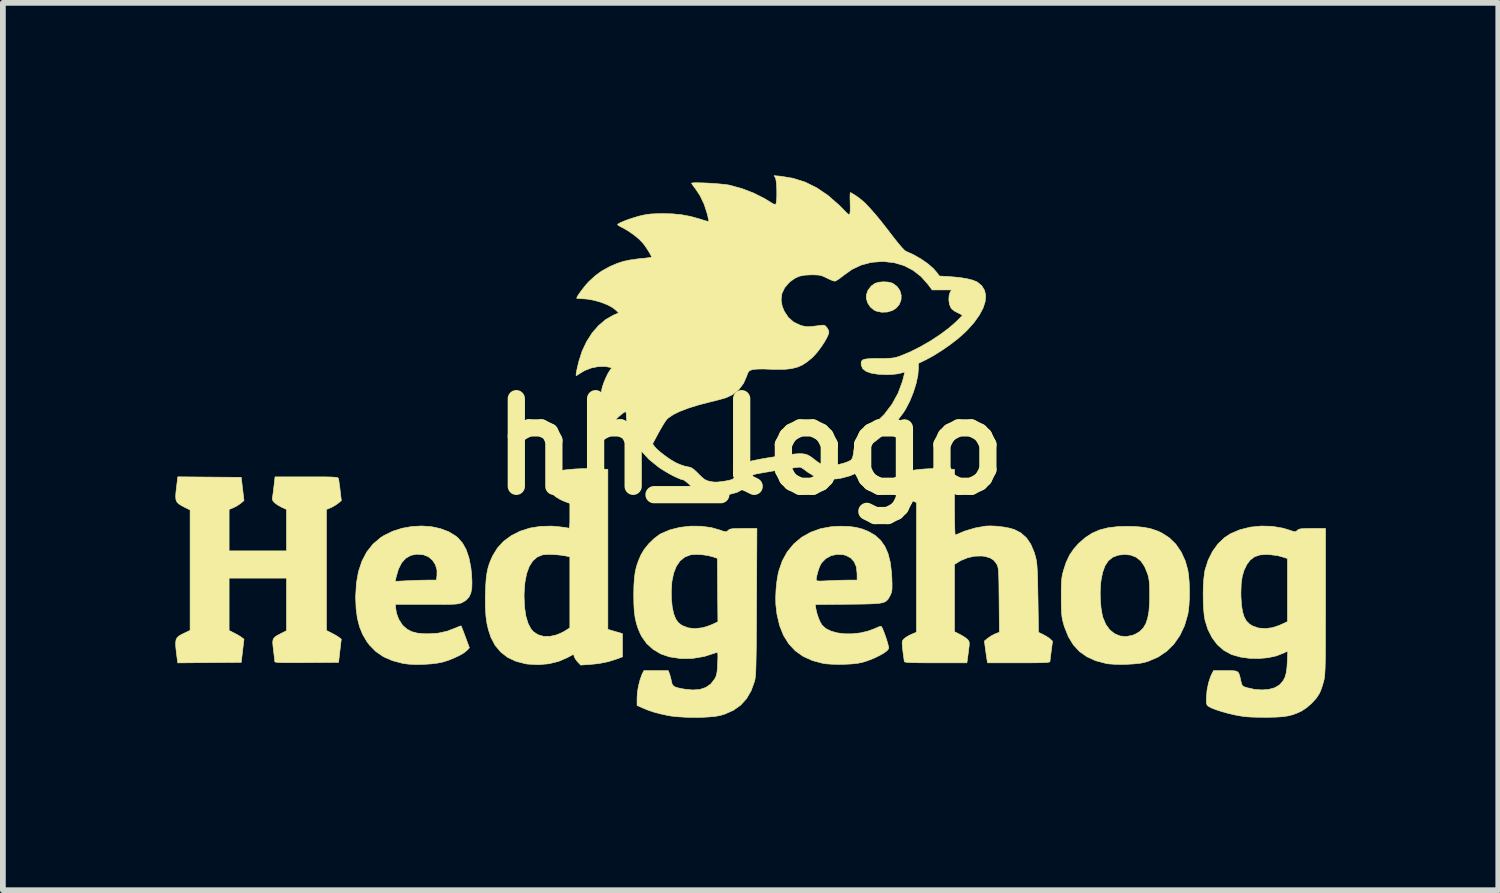
<source format=kicad_pcb>
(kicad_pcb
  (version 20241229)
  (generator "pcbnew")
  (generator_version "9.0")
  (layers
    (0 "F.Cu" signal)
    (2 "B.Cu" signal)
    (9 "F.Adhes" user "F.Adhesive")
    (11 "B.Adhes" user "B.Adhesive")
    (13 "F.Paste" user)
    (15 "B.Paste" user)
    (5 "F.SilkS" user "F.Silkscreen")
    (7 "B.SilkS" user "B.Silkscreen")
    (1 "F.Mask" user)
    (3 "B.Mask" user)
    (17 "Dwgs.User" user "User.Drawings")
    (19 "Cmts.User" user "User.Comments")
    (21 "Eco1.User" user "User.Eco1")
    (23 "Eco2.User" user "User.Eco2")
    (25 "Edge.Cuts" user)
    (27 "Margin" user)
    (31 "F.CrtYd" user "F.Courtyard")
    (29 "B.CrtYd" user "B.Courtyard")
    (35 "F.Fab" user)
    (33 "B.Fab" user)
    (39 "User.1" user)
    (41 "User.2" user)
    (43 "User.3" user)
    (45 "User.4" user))
  (footprint "hh_logo"
    (layer "F.Cu")
    (at 9.993 4.718)
    (property "Reference" "hh_logo" (at 0 0 0) (layer "F.SilkS") (effects (font (size 1.524 1.524) (thickness 0.3))))
    (attr through_hole)
    (fp_poly (pts (xy 2.397 -2.863) (xy 2.466 -2.847) (xy 2.483 -2.84) (xy 2.558 -2.785) (xy 2.606 -2.715) (xy 2.629 -2.636) (xy 2.627 -2.555) (xy 2.599 -2.479) (xy 2.545 -2.413) (xy 2.482 -2.371) (xy 2.39 -2.342) (xy 2.29 -2.338) (xy 2.196 -2.358) (xy 2.159 -2.375) (xy 2.093 -2.429) (xy 2.046 -2.501) (xy 2.022 -2.582) (xy 2.024 -2.642) (xy 2.053 -2.722) (xy 2.109 -2.794) (xy 2.174 -2.84) (xy 2.236 -2.859) (xy 2.315 -2.867) (xy 2.397 -2.863)) (stroke (width 0.01) (type solid)) (fill yes) (layer "F.SilkS"))
    (fp_poly (pts (xy 6.707 1.389) (xy 6.844 1.402) (xy 6.964 1.425) (xy 7.073 1.461) (xy 7.154 1.497) (xy 7.288 1.582) (xy 7.403 1.693) (xy 7.497 1.829) (xy 7.569 1.986) (xy 7.613 2.142) (xy 7.628 2.241) (xy 7.638 2.363) (xy 7.642 2.496) (xy 7.641 2.632) (xy 7.634 2.759) (xy 7.622 2.868) (xy 7.614 2.914) (xy 7.557 3.111) (xy 7.475 3.284) (xy 7.371 3.434) (xy 7.244 3.559) (xy 7.095 3.659) (xy 6.925 3.732) (xy 6.865 3.75) (xy 6.787 3.766) (xy 6.686 3.777) (xy 6.57 3.784) (xy 6.45 3.787) (xy 6.336 3.784) (xy 6.237 3.777) (xy 6.189 3.769) (xy 6.011 3.722) (xy 5.859 3.653) (xy 5.73 3.562) (xy 5.623 3.446) (xy 5.537 3.305) (xy 5.469 3.135) (xy 5.449 3.068) (xy 5.436 3.016) (xy 5.426 2.964) (xy 5.42 2.905) (xy 5.416 2.834) (xy 5.413 2.742) (xy 5.413 2.624) (xy 5.413 2.616) (xy 5.413 2.526) (xy 6.09 2.526) (xy 6.093 2.666) (xy 6.104 2.801) (xy 6.124 2.919) (xy 6.137 2.972) (xy 6.187 3.09) (xy 6.255 3.184) (xy 6.339 3.252) (xy 6.435 3.292) (xy 6.54 3.302) (xy 6.65 3.281) (xy 6.7 3.261) (xy 6.776 3.216) (xy 6.837 3.156) (xy 6.883 3.08) (xy 6.916 2.982) (xy 6.938 2.861) (xy 6.949 2.712) (xy 6.951 2.599) (xy 6.95 2.491) (xy 6.948 2.408) (xy 6.943 2.345) (xy 6.935 2.292) (xy 6.924 2.242) (xy 6.914 2.209) (xy 6.862 2.083) (xy 6.797 1.988) (xy 6.716 1.922) (xy 6.619 1.885) (xy 6.512 1.874) (xy 6.4 1.887) (xy 6.307 1.923) (xy 6.232 1.984) (xy 6.174 2.071) (xy 6.132 2.186) (xy 6.104 2.33) (xy 6.097 2.391) (xy 6.09 2.526) (xy 5.413 2.526) (xy 5.413 2.497) (xy 5.415 2.406) (xy 5.418 2.334) (xy 5.424 2.276) (xy 5.433 2.225) (xy 5.446 2.174) (xy 5.449 2.162) (xy 5.498 2.011) (xy 5.558 1.885) (xy 5.633 1.775) (xy 5.714 1.684) (xy 5.829 1.583) (xy 5.95 1.504) (xy 6.081 1.447) (xy 6.228 1.41) (xy 6.396 1.39) (xy 6.545 1.385) (xy 6.707 1.389)) (stroke (width 0.01) (type solid)) (fill yes) (layer "F.SilkS"))
    (fp_poly (pts (xy -9.399 0.529) (xy -8.848 0.533) (xy -8.824 0.735) (xy -8.8 0.938) (xy -8.857 0.985) (xy -8.91 1.022) (xy -8.972 1.056) (xy -8.986 1.062) (xy -9.059 1.092) (xy -9.059 1.452) (xy -9.059 1.812) (xy -8.06 1.812) (xy -8.06 1.092) (xy -8.142 1.055) (xy -8.214 1.015) (xy -8.27 0.973) (xy -8.302 0.933) (xy -8.308 0.902) (xy -8.303 0.873) (xy -8.295 0.819) (xy -8.286 0.749) (xy -8.28 0.699) (xy -8.26 0.525) (xy -7.712 0.525) (xy -7.561 0.525) (xy -7.441 0.525) (xy -7.347 0.526) (xy -7.277 0.528) (xy -7.227 0.531) (xy -7.193 0.534) (xy -7.173 0.539) (xy -7.162 0.546) (xy -7.157 0.554) (xy -7.157 0.555) (xy -7.151 0.583) (xy -7.144 0.637) (xy -7.134 0.707) (xy -7.128 0.761) (xy -7.107 0.938) (xy -7.164 0.985) (xy -7.217 1.022) (xy -7.279 1.056) (xy -7.293 1.062) (xy -7.366 1.092) (xy -7.366 2.144) (xy -7.366 3.196) (xy -7.277 3.241) (xy -7.22 3.271) (xy -7.17 3.301) (xy -7.148 3.316) (xy -7.108 3.347) (xy -7.132 3.549) (xy -7.155 3.751) (xy -7.709 3.755) (xy -7.867 3.756) (xy -7.994 3.756) (xy -8.092 3.756) (xy -8.165 3.754) (xy -8.216 3.751) (xy -8.248 3.747) (xy -8.262 3.742) (xy -8.264 3.738) (xy -8.266 3.713) (xy -8.272 3.663) (xy -8.28 3.595) (xy -8.287 3.539) (xy -8.297 3.451) (xy -8.3 3.39) (xy -8.291 3.346) (xy -8.267 3.314) (xy -8.226 3.285) (xy -8.162 3.252) (xy -8.158 3.249) (xy -8.06 3.2) (xy -8.06 2.286) (xy -9.059 2.286) (xy -9.059 3.196) (xy -8.97 3.241) (xy -8.913 3.271) (xy -8.863 3.301) (xy -8.841 3.317) (xy -8.8 3.348) (xy -8.848 3.751) (xy -9.4 3.755) (xy -9.952 3.76) (xy -9.963 3.679) (xy -9.978 3.561) (xy -9.987 3.472) (xy -9.988 3.405) (xy -9.981 3.357) (xy -9.963 3.322) (xy -9.933 3.294) (xy -9.89 3.268) (xy -9.839 3.243) (xy -9.737 3.194) (xy -9.737 1.101) (xy -9.826 1.057) (xy -9.892 1.022) (xy -9.938 0.992) (xy -9.968 0.959) (xy -9.984 0.917) (xy -9.988 0.86) (xy -9.982 0.781) (xy -9.971 0.685) (xy -9.951 0.524) (xy -9.399 0.529)) (stroke (width 0.01) (type solid)) (fill yes) (layer "F.SilkS"))
    (fp_poly (pts (xy -5.541 1.391) (xy -5.384 1.425) (xy -5.241 1.479) (xy -5.118 1.554) (xy -5.08 1.585) (xy -5 1.676) (xy -4.936 1.791) (xy -4.888 1.932) (xy -4.855 2.099) (xy -4.843 2.21) (xy -4.835 2.348) (xy -4.838 2.458) (xy -4.855 2.545) (xy -4.885 2.612) (xy -4.931 2.664) (xy -4.995 2.705) (xy -4.996 2.705) (xy -5.017 2.716) (xy -5.039 2.724) (xy -5.065 2.73) (xy -5.098 2.735) (xy -5.144 2.739) (xy -5.206 2.741) (xy -5.287 2.742) (xy -5.392 2.743) (xy -5.525 2.743) (xy -5.617 2.743) (xy -6.164 2.743) (xy -6.164 2.789) (xy -6.149 2.893) (xy -6.11 2.999) (xy -6.052 3.092) (xy -6.029 3.118) (xy -5.961 3.176) (xy -5.883 3.217) (xy -5.788 3.242) (xy -5.672 3.253) (xy -5.588 3.254) (xy -5.423 3.243) (xy -5.271 3.21) (xy -5.127 3.155) (xy -5.075 3.133) (xy -5.038 3.12) (xy -5.023 3.117) (xy -5.016 3.135) (xy -4.999 3.178) (xy -4.975 3.24) (xy -4.949 3.31) (xy -4.88 3.497) (xy -4.925 3.545) (xy -4.975 3.585) (xy -5.05 3.629) (xy -5.143 3.673) (xy -5.244 3.714) (xy -5.334 3.743) (xy -5.431 3.763) (xy -5.551 3.778) (xy -5.682 3.786) (xy -5.814 3.788) (xy -5.936 3.782) (xy -6.037 3.769) (xy -6.218 3.721) (xy -6.374 3.653) (xy -6.506 3.563) (xy -6.617 3.45) (xy -6.663 3.389) (xy -6.736 3.265) (xy -6.79 3.132) (xy -6.828 2.985) (xy -6.85 2.817) (xy -6.858 2.624) (xy -6.858 2.608) (xy -6.845 2.379) (xy -6.839 2.342) (xy -6.169 2.342) (xy -5.95 2.331) (xy -5.851 2.327) (xy -5.749 2.323) (xy -5.656 2.321) (xy -5.593 2.32) (xy -5.455 2.32) (xy -5.444 2.247) (xy -5.443 2.146) (xy -5.471 2.053) (xy -5.522 1.973) (xy -5.593 1.914) (xy -5.679 1.88) (xy -5.796 1.87) (xy -5.898 1.89) (xy -5.986 1.94) (xy -6.058 2.019) (xy -6.114 2.129) (xy -6.154 2.267) (xy -6.158 2.285) (xy -6.169 2.342) (xy -6.839 2.342) (xy -6.809 2.173) (xy -6.748 1.99) (xy -6.664 1.83) (xy -6.556 1.694) (xy -6.424 1.582) (xy -6.364 1.544) (xy -6.212 1.47) (xy -6.049 1.418) (xy -5.879 1.388) (xy -5.708 1.379) (xy -5.541 1.391)) (stroke (width 0.01) (type solid)) (fill yes) (layer "F.SilkS"))
    (fp_poly (pts (xy -2.705 0.382) (xy -2.688 0.383) (xy -2.472 0.394) (xy -2.472 3.177) (xy -2.218 3.251) (xy -2.218 3.655) (xy -2.314 3.691) (xy -2.47 3.74) (xy -2.632 3.772) (xy -2.781 3.787) (xy -2.945 3.798) (xy -2.997 3.743) (xy -3.031 3.7) (xy -3.055 3.659) (xy -3.058 3.648) (xy -3.068 3.609) (xy -3.174 3.667) (xy -3.327 3.733) (xy -3.497 3.775) (xy -3.678 3.791) (xy -3.863 3.781) (xy -3.906 3.775) (xy -4.07 3.732) (xy -4.214 3.665) (xy -4.334 3.572) (xy -4.432 3.456) (xy -4.505 3.317) (xy -4.512 3.296) (xy -4.549 3.185) (xy -4.575 3.072) (xy -4.592 2.949) (xy -4.601 2.809) (xy -4.603 2.647) (xy -4.602 2.608) (xy -3.929 2.608) (xy -3.921 2.79) (xy -3.898 2.945) (xy -3.86 3.073) (xy -3.807 3.172) (xy -3.769 3.216) (xy -3.689 3.27) (xy -3.591 3.298) (xy -3.479 3.299) (xy -3.377 3.277) (xy -3.312 3.252) (xy -3.241 3.218) (xy -3.213 3.201) (xy -3.133 3.15) (xy -3.133 1.917) (xy -3.171 1.907) (xy -3.249 1.892) (xy -3.341 1.881) (xy -3.436 1.875) (xy -3.523 1.874) (xy -3.592 1.879) (xy -3.607 1.881) (xy -3.699 1.918) (xy -3.776 1.984) (xy -3.838 2.08) (xy -3.884 2.205) (xy -3.914 2.358) (xy -3.928 2.539) (xy -3.929 2.608) (xy -4.602 2.608) (xy -4.601 2.557) (xy -4.596 2.413) (xy -4.588 2.296) (xy -4.575 2.199) (xy -4.557 2.113) (xy -4.533 2.033) (xy -4.499 1.951) (xy -4.476 1.899) (xy -4.393 1.763) (xy -4.284 1.645) (xy -4.151 1.547) (xy -3.999 1.47) (xy -3.83 1.416) (xy -3.646 1.386) (xy -3.451 1.381) (xy -3.349 1.389) (xy -3.275 1.398) (xy -3.212 1.406) (xy -3.169 1.414) (xy -3.157 1.417) (xy -3.147 1.416) (xy -3.14 1.4) (xy -3.136 1.366) (xy -3.133 1.308) (xy -3.133 1.221) (xy -3.133 1.206) (xy -3.133 0.986) (xy -3.234 0.949) (xy -3.299 0.919) (xy -3.362 0.882) (xy -3.395 0.858) (xy -3.456 0.804) (xy -3.431 0.629) (xy -3.419 0.556) (xy -3.409 0.496) (xy -3.401 0.457) (xy -3.397 0.445) (xy -3.367 0.431) (xy -3.309 0.418) (xy -3.229 0.406) (xy -3.132 0.395) (xy -3.026 0.387) (xy -2.915 0.382) (xy -2.806 0.38) (xy -2.705 0.382)) (stroke (width 0.01) (type solid)) (fill yes) (layer "F.SilkS"))
    (fp_poly (pts (xy 1.715 1.387) (xy 1.841 1.403) (xy 1.953 1.432) (xy 2.06 1.475) (xy 2.06 1.475) (xy 2.175 1.542) (xy 2.27 1.627) (xy 2.344 1.732) (xy 2.4 1.858) (xy 2.439 2.01) (xy 2.461 2.188) (xy 2.467 2.286) (xy 2.47 2.379) (xy 2.47 2.446) (xy 2.468 2.494) (xy 2.461 2.529) (xy 2.45 2.56) (xy 2.436 2.59) (xy 2.416 2.627) (xy 2.397 2.657) (xy 2.374 2.68) (xy 2.345 2.699) (xy 2.306 2.713) (xy 2.252 2.723) (xy 2.182 2.729) (xy 2.091 2.734) (xy 1.975 2.737) (xy 1.832 2.739) (xy 1.706 2.74) (xy 1.134 2.745) (xy 1.145 2.816) (xy 1.163 2.896) (xy 1.191 2.981) (xy 1.224 3.056) (xy 1.255 3.106) (xy 1.321 3.165) (xy 1.412 3.209) (xy 1.523 3.239) (xy 1.648 3.254) (xy 1.781 3.254) (xy 1.917 3.239) (xy 2.05 3.208) (xy 2.175 3.162) (xy 2.207 3.147) (xy 2.25 3.129) (xy 2.279 3.125) (xy 2.285 3.127) (xy 2.3 3.154) (xy 2.321 3.203) (xy 2.345 3.267) (xy 2.369 3.336) (xy 2.39 3.404) (xy 2.405 3.46) (xy 2.413 3.498) (xy 2.413 3.508) (xy 2.385 3.545) (xy 2.329 3.588) (xy 2.252 3.632) (xy 2.159 3.677) (xy 2.056 3.718) (xy 1.949 3.752) (xy 1.947 3.752) (xy 1.872 3.767) (xy 1.772 3.778) (xy 1.657 3.784) (xy 1.538 3.786) (xy 1.423 3.783) (xy 1.322 3.776) (xy 1.268 3.768) (xy 1.084 3.719) (xy 0.924 3.646) (xy 0.787 3.549) (xy 0.674 3.428) (xy 0.583 3.282) (xy 0.515 3.111) (xy 0.469 2.915) (xy 0.449 2.743) (xy 0.447 2.62) (xy 0.453 2.479) (xy 0.468 2.337) (xy 0.473 2.31) (xy 1.152 2.31) (xy 1.153 2.323) (xy 1.163 2.331) (xy 1.185 2.336) (xy 1.225 2.337) (xy 1.289 2.335) (xy 1.367 2.331) (xy 1.466 2.327) (xy 1.569 2.323) (xy 1.662 2.321) (xy 1.723 2.32) (xy 1.863 2.32) (xy 1.862 2.206) (xy 1.85 2.092) (xy 1.812 2.001) (xy 1.75 1.934) (xy 1.665 1.89) (xy 1.618 1.878) (xy 1.51 1.873) (xy 1.408 1.896) (xy 1.319 1.945) (xy 1.248 2.017) (xy 1.224 2.056) (xy 1.202 2.108) (xy 1.18 2.175) (xy 1.162 2.243) (xy 1.152 2.297) (xy 1.152 2.31) (xy 0.473 2.31) (xy 0.49 2.207) (xy 0.501 2.161) (xy 0.563 1.983) (xy 0.65 1.826) (xy 0.763 1.69) (xy 0.897 1.577) (xy 1.053 1.489) (xy 1.227 1.426) (xy 1.418 1.391) (xy 1.566 1.383) (xy 1.715 1.387)) (stroke (width 0.01) (type solid)) (fill yes) (layer "F.SilkS"))
    (fp_poly (pts (xy 3.365 0.383) (xy 3.556 0.394) (xy 3.556 0.969) (xy 3.556 1.104) (xy 3.557 1.228) (xy 3.559 1.336) (xy 3.561 1.425) (xy 3.564 1.49) (xy 3.566 1.529) (xy 3.569 1.537) (xy 3.736 1.467) (xy 3.919 1.413) (xy 4.098 1.381) (xy 4.185 1.378) (xy 4.29 1.383) (xy 4.401 1.396) (xy 4.505 1.415) (xy 4.589 1.438) (xy 4.595 1.44) (xy 4.709 1.499) (xy 4.805 1.583) (xy 4.882 1.695) (xy 4.941 1.834) (xy 4.963 1.908) (xy 4.973 1.947) (xy 4.981 1.987) (xy 4.987 2.032) (xy 4.992 2.087) (xy 4.996 2.156) (xy 5 2.242) (xy 5.003 2.35) (xy 5.005 2.484) (xy 5.008 2.634) (xy 5.017 3.228) (xy 5.096 3.266) (xy 5.152 3.297) (xy 5.202 3.33) (xy 5.218 3.343) (xy 5.261 3.383) (xy 5.239 3.55) (xy 5.229 3.623) (xy 5.222 3.685) (xy 5.217 3.726) (xy 5.216 3.738) (xy 5.209 3.744) (xy 5.185 3.749) (xy 5.142 3.753) (xy 5.078 3.756) (xy 4.989 3.758) (xy 4.873 3.759) (xy 4.726 3.759) (xy 4.674 3.759) (xy 4.132 3.759) (xy 4.124 3.721) (xy 4.119 3.687) (xy 4.11 3.63) (xy 4.1 3.56) (xy 4.096 3.531) (xy 4.076 3.38) (xy 4.133 3.333) (xy 4.186 3.296) (xy 4.248 3.262) (xy 4.263 3.256) (xy 4.337 3.226) (xy 4.332 2.667) (xy 4.33 2.514) (xy 4.329 2.392) (xy 4.327 2.295) (xy 4.324 2.221) (xy 4.321 2.165) (xy 4.317 2.124) (xy 4.311 2.094) (xy 4.304 2.07) (xy 4.295 2.05) (xy 4.289 2.039) (xy 4.241 1.976) (xy 4.173 1.933) (xy 4.081 1.907) (xy 4.028 1.901) (xy 3.911 1.904) (xy 3.788 1.93) (xy 3.674 1.976) (xy 3.633 1.999) (xy 3.556 2.048) (xy 3.556 3.217) (xy 3.653 3.266) (xy 3.711 3.299) (xy 3.761 3.333) (xy 3.786 3.355) (xy 3.801 3.374) (xy 3.81 3.394) (xy 3.813 3.421) (xy 3.811 3.464) (xy 3.803 3.528) (xy 3.797 3.577) (xy 3.772 3.759) (xy 3.232 3.759) (xy 3.074 3.759) (xy 2.948 3.758) (xy 2.85 3.756) (xy 2.778 3.754) (xy 2.728 3.75) (xy 2.698 3.745) (xy 2.685 3.739) (xy 2.685 3.738) (xy 2.68 3.713) (xy 2.673 3.663) (xy 2.664 3.595) (xy 2.658 3.55) (xy 2.65 3.474) (xy 2.646 3.423) (xy 2.648 3.391) (xy 2.656 3.369) (xy 2.67 3.35) (xy 2.676 3.344) (xy 2.712 3.315) (xy 2.766 3.283) (xy 2.804 3.265) (xy 2.895 3.226) (xy 2.895 2.1) (xy 2.896 0.973) (xy 2.815 0.936) (xy 2.757 0.906) (xy 2.704 0.873) (xy 2.687 0.86) (xy 2.639 0.82) (xy 2.659 0.643) (xy 2.669 0.568) (xy 2.679 0.507) (xy 2.688 0.465) (xy 2.693 0.452) (xy 2.724 0.435) (xy 2.782 0.42) (xy 2.863 0.406) (xy 2.959 0.394) (xy 3.065 0.386) (xy 3.174 0.381) (xy 3.281 0.38) (xy 3.365 0.383)) (stroke (width 0.01) (type solid)) (fill yes) (layer "F.SilkS"))
    (fp_poly (pts (xy -0.852 1.383) (xy -0.674 1.407) (xy -0.529 1.448) (xy -0.47 1.469) (xy -0.433 1.478) (xy -0.41 1.478) (xy -0.392 1.467) (xy -0.38 1.456) (xy -0.363 1.442) (xy -0.34 1.433) (xy -0.305 1.427) (xy -0.252 1.424) (xy -0.176 1.423) (xy -0.112 1.422) (xy 0.12 1.422) (xy 0.114 2.697) (xy 0.113 2.938) (xy 0.112 3.148) (xy 0.11 3.33) (xy 0.109 3.484) (xy 0.107 3.614) (xy 0.105 3.723) (xy 0.103 3.812) (xy 0.101 3.884) (xy 0.098 3.942) (xy 0.094 3.987) (xy 0.09 4.023) (xy 0.086 4.051) (xy 0.08 4.074) (xy 0.08 4.077) (xy 0.021 4.241) (xy -0.059 4.38) (xy -0.162 4.494) (xy -0.289 4.584) (xy -0.44 4.651) (xy -0.518 4.674) (xy -0.603 4.69) (xy -0.714 4.7) (xy -0.842 4.707) (xy -0.98 4.708) (xy -1.119 4.705) (xy -1.25 4.697) (xy -1.367 4.685) (xy -1.431 4.674) (xy -1.567 4.644) (xy -1.679 4.614) (xy -1.779 4.58) (xy -1.863 4.545) (xy -1.964 4.5) (xy -1.964 4.37) (xy -1.958 4.27) (xy -1.939 4.16) (xy -1.912 4.054) (xy -1.88 3.964) (xy -1.87 3.943) (xy -1.845 3.895) (xy -1.422 3.895) (xy -1.404 3.941) (xy -1.389 3.985) (xy -1.374 4.045) (xy -1.367 4.077) (xy -1.356 4.121) (xy -1.341 4.151) (xy -1.315 4.173) (xy -1.273 4.189) (xy -1.209 4.204) (xy -1.144 4.216) (xy -0.997 4.231) (xy -0.872 4.222) (xy -0.768 4.187) (xy -0.682 4.127) (xy -0.614 4.039) (xy -0.599 4.013) (xy -0.584 3.972) (xy -0.573 3.916) (xy -0.565 3.837) (xy -0.562 3.761) (xy -0.559 3.678) (xy -0.559 3.624) (xy -0.561 3.592) (xy -0.568 3.579) (xy -0.578 3.578) (xy -0.587 3.581) (xy -0.791 3.647) (xy -0.997 3.682) (xy -1.202 3.685) (xy -1.4 3.655) (xy -1.405 3.654) (xy -1.553 3.603) (xy -1.684 3.525) (xy -1.796 3.424) (xy -1.882 3.303) (xy -1.904 3.262) (xy -1.945 3.166) (xy -1.976 3.072) (xy -1.998 2.972) (xy -2.013 2.86) (xy -2.02 2.729) (xy -2.022 2.571) (xy -2.022 2.565) (xy -2.021 2.513) (xy -1.369 2.513) (xy -1.367 2.638) (xy -1.353 2.786) (xy -1.328 2.904) (xy -1.292 2.996) (xy -1.244 3.063) (xy -1.181 3.11) (xy -1.18 3.11) (xy -1.076 3.15) (xy -0.967 3.164) (xy -0.844 3.151) (xy -0.826 3.148) (xy -0.756 3.129) (xy -0.68 3.101) (xy -0.647 3.087) (xy -0.558 3.045) (xy -0.563 2.494) (xy -0.567 1.942) (xy -0.635 1.919) (xy -0.726 1.894) (xy -0.83 1.879) (xy -0.932 1.873) (xy -1.019 1.879) (xy -1.036 1.882) (xy -1.134 1.919) (xy -1.216 1.986) (xy -1.281 2.079) (xy -1.328 2.199) (xy -1.358 2.344) (xy -1.369 2.513) (xy -2.021 2.513) (xy -2.019 2.413) (xy -2.01 2.286) (xy -1.996 2.177) (xy -1.973 2.079) (xy -1.94 1.984) (xy -1.897 1.884) (xy -1.897 1.883) (xy -1.839 1.786) (xy -1.76 1.688) (xy -1.669 1.599) (xy -1.575 1.528) (xy -1.544 1.511) (xy -1.391 1.446) (xy -1.219 1.403) (xy -1.036 1.382) (xy -0.852 1.383)) (stroke (width 0.01) (type solid)) (fill yes) (layer "F.SilkS"))
    (fp_poly (pts (xy 9.082 1.385) (xy 9.267 1.417) (xy 9.365 1.446) (xy 9.427 1.467) (xy 9.465 1.477) (xy 9.488 1.477) (xy 9.505 1.467) (xy 9.518 1.455) (xy 9.534 1.442) (xy 9.557 1.433) (xy 9.592 1.427) (xy 9.646 1.424) (xy 9.723 1.423) (xy 9.779 1.422) (xy 10.008 1.422) (xy 10.008 2.69) (xy 10.008 2.928) (xy 10.007 3.135) (xy 10.007 3.313) (xy 10.007 3.465) (xy 10.006 3.593) (xy 10.005 3.7) (xy 10.003 3.787) (xy 10.001 3.859) (xy 9.998 3.916) (xy 9.995 3.962) (xy 9.991 3.999) (xy 9.987 4.03) (xy 9.982 4.057) (xy 9.975 4.083) (xy 9.975 4.085) (xy 9.953 4.159) (xy 9.929 4.231) (xy 9.905 4.285) (xy 9.905 4.286) (xy 9.849 4.373) (xy 9.77 4.46) (xy 9.681 4.538) (xy 9.59 4.598) (xy 9.578 4.603) (xy 9.502 4.638) (xy 9.427 4.664) (xy 9.348 4.683) (xy 9.258 4.696) (xy 9.151 4.703) (xy 9.02 4.706) (xy 8.941 4.706) (xy 8.817 4.705) (xy 8.718 4.702) (xy 8.635 4.697) (xy 8.561 4.688) (xy 8.485 4.675) (xy 8.433 4.665) (xy 8.316 4.638) (xy 8.205 4.607) (xy 8.106 4.575) (xy 8.026 4.544) (xy 7.972 4.515) (xy 7.967 4.511) (xy 7.95 4.494) (xy 7.94 4.468) (xy 7.936 4.426) (xy 7.937 4.359) (xy 7.949 4.23) (xy 7.975 4.104) (xy 8.012 3.993) (xy 8.028 3.959) (xy 8.061 3.895) (xy 8.27 3.895) (xy 8.361 3.895) (xy 8.424 3.898) (xy 8.466 3.907) (xy 8.492 3.928) (xy 8.51 3.964) (xy 8.524 4.018) (xy 8.535 4.069) (xy 8.548 4.123) (xy 8.563 4.155) (xy 8.588 4.173) (xy 8.631 4.188) (xy 8.641 4.191) (xy 8.774 4.221) (xy 8.903 4.23) (xy 9.021 4.221) (xy 9.123 4.193) (xy 9.203 4.147) (xy 9.224 4.128) (xy 9.269 4.074) (xy 9.302 4.015) (xy 9.323 3.943) (xy 9.337 3.852) (xy 9.344 3.745) (xy 9.352 3.553) (xy 9.282 3.588) (xy 9.154 3.638) (xy 9.006 3.67) (xy 8.846 3.684) (xy 8.684 3.68) (xy 8.526 3.658) (xy 8.383 3.617) (xy 8.369 3.612) (xy 8.241 3.542) (xy 8.129 3.445) (xy 8.036 3.322) (xy 7.962 3.175) (xy 7.913 3.018) (xy 7.898 2.928) (xy 7.888 2.813) (xy 7.882 2.683) (xy 7.881 2.546) (xy 7.881 2.537) (xy 8.537 2.537) (xy 8.538 2.614) (xy 8.548 2.758) (xy 8.566 2.872) (xy 8.594 2.962) (xy 8.633 3.032) (xy 8.686 3.084) (xy 8.738 3.117) (xy 8.845 3.154) (xy 8.966 3.163) (xy 9.076 3.149) (xy 9.135 3.132) (xy 9.205 3.107) (xy 9.25 3.087) (xy 9.347 3.042) (xy 9.347 1.946) (xy 9.303 1.93) (xy 9.179 1.895) (xy 9.036 1.877) (xy 8.982 1.874) (xy 8.866 1.883) (xy 8.773 1.915) (xy 8.697 1.973) (xy 8.641 2.048) (xy 8.593 2.146) (xy 8.56 2.256) (xy 8.542 2.385) (xy 8.537 2.537) (xy 7.881 2.537) (xy 7.884 2.411) (xy 7.893 2.288) (xy 7.906 2.185) (xy 7.913 2.146) (xy 7.967 1.976) (xy 8.043 1.822) (xy 8.139 1.69) (xy 8.252 1.582) (xy 8.357 1.513) (xy 8.521 1.444) (xy 8.701 1.399) (xy 8.891 1.38) (xy 9.082 1.385)) (stroke (width 0.01) (type solid)) (fill yes) (layer "F.SilkS"))
    (fp_poly (pts (xy 0.536 -4.703) (xy 0.751 -4.667) (xy 0.959 -4.601) (xy 1.16 -4.502) (xy 1.354 -4.371) (xy 1.543 -4.206) (xy 1.605 -4.144) (xy 1.659 -4.088) (xy 1.695 -4.053) (xy 1.717 -4.038) (xy 1.729 -4.038) (xy 1.736 -4.052) (xy 1.738 -4.058) (xy 1.742 -4.093) (xy 1.743 -4.151) (xy 1.742 -4.223) (xy 1.741 -4.259) (xy 1.739 -4.328) (xy 1.74 -4.382) (xy 1.743 -4.414) (xy 1.746 -4.42) (xy 1.764 -4.411) (xy 1.803 -4.388) (xy 1.854 -4.355) (xy 1.86 -4.351) (xy 1.928 -4.3) (xy 2.002 -4.235) (xy 2.082 -4.151) (xy 2.173 -4.048) (xy 2.277 -3.923) (xy 2.395 -3.772) (xy 2.432 -3.723) (xy 2.513 -3.618) (xy 2.583 -3.53) (xy 2.641 -3.463) (xy 2.683 -3.419) (xy 2.708 -3.4) (xy 2.844 -3.338) (xy 2.974 -3.264) (xy 3.092 -3.182) (xy 3.189 -3.097) (xy 3.251 -3.026) (xy 3.293 -2.968) (xy 3.479 -2.957) (xy 3.637 -2.943) (xy 3.77 -2.922) (xy 3.876 -2.895) (xy 3.952 -2.863) (xy 3.956 -2.861) (xy 4.032 -2.796) (xy 4.08 -2.717) (xy 4.099 -2.625) (xy 4.089 -2.521) (xy 4.052 -2.408) (xy 3.987 -2.287) (xy 3.896 -2.159) (xy 3.778 -2.027) (xy 3.717 -1.968) (xy 3.606 -1.871) (xy 3.474 -1.77) (xy 3.332 -1.672) (xy 3.19 -1.583) (xy 3.061 -1.513) (xy 2.929 -1.449) (xy 2.929 -1.367) (xy 2.919 -1.24) (xy 2.888 -1.097) (xy 2.841 -0.947) (xy 2.781 -0.798) (xy 2.71 -0.66) (xy 2.669 -0.594) (xy 2.588 -0.486) (xy 2.486 -0.371) (xy 2.372 -0.257) (xy 2.252 -0.152) (xy 2.182 -0.097) (xy 2.053 -0.002) (xy 2.042 0.122) (xy 2.031 0.195) (xy 2.014 0.266) (xy 1.997 0.316) (xy 1.942 0.392) (xy 1.855 0.456) (xy 1.738 0.507) (xy 1.591 0.546) (xy 1.515 0.559) (xy 1.368 0.57) (xy 1.238 0.556) (xy 1.118 0.513) (xy 1.002 0.442) (xy 0.979 0.424) (xy 0.931 0.388) (xy 0.892 0.364) (xy 0.871 0.356) (xy 0.836 0.358) (xy 0.775 0.366) (xy 0.693 0.378) (xy 0.596 0.392) (xy 0.492 0.408) (xy 0.386 0.425) (xy 0.285 0.442) (xy 0.195 0.458) (xy 0.123 0.471) (xy 0.075 0.482) (xy 0.064 0.484) (xy 0.04 0.504) (xy 0.013 0.545) (xy -0.001 0.573) (xy -0.058 0.671) (xy -0.133 0.745) (xy -0.23 0.796) (xy -0.348 0.827) (xy -0.493 0.848) (xy -0.618 0.853) (xy -0.711 0.846) (xy -0.812 0.826) (xy -0.897 0.791) (xy -0.976 0.734) (xy -1.036 0.677) (xy -1.085 0.63) (xy -1.129 0.595) (xy -1.159 0.577) (xy -1.165 0.576) (xy -1.201 0.567) (xy -1.259 0.543) (xy -1.332 0.509) (xy -1.412 0.466) (xy -1.492 0.419) (xy -1.566 0.372) (xy -1.589 0.356) (xy -1.756 0.221) (xy -1.893 0.071) (xy -1.976 -0.049) (xy -1.694 -0.049) (xy -1.66 -0.001) (xy -1.623 0.04) (xy -1.563 0.092) (xy -1.49 0.149) (xy -1.411 0.206) (xy -1.333 0.255) (xy -1.278 0.285) (xy -1.21 0.314) (xy -1.138 0.338) (xy -1.092 0.348) (xy -1.049 0.356) (xy -1.014 0.37) (xy -0.977 0.396) (xy -0.931 0.438) (xy -0.893 0.476) (xy -0.837 0.531) (xy -0.793 0.567) (xy -0.752 0.589) (xy -0.703 0.603) (xy -0.636 0.614) (xy -0.627 0.615) (xy -0.58 0.616) (xy -0.514 0.61) (xy -0.441 0.6) (xy -0.372 0.587) (xy -0.319 0.573) (xy -0.303 0.566) (xy -0.252 0.522) (xy -0.218 0.46) (xy -0.194 0.406) (xy -0.173 0.359) (xy -0.166 0.344) (xy -0.148 0.32) (xy -0.117 0.298) (xy -0.07 0.277) (xy -0.005 0.256) (xy 0.083 0.236) (xy 0.195 0.214) (xy 0.334 0.19) (xy 0.504 0.164) (xy 0.52 0.162) (xy 0.655 0.142) (xy 0.761 0.129) (xy 0.845 0.122) (xy 0.91 0.123) (xy 0.964 0.131) (xy 1.01 0.148) (xy 1.055 0.174) (xy 1.103 0.21) (xy 1.126 0.228) (xy 1.193 0.278) (xy 1.248 0.308) (xy 1.305 0.324) (xy 1.375 0.328) (xy 1.389 0.328) (xy 1.465 0.323) (xy 1.548 0.308) (xy 1.63 0.287) (xy 1.701 0.262) (xy 1.752 0.236) (xy 1.766 0.224) (xy 1.784 0.188) (xy 1.798 0.126) (xy 1.804 0.076) (xy 1.822 -0.035) (xy 1.854 -0.121) (xy 1.904 -0.191) (xy 1.977 -0.251) (xy 1.979 -0.253) (xy 2.173 -0.402) (xy 2.337 -0.563) (xy 2.47 -0.739) (xy 2.575 -0.929) (xy 2.652 -1.137) (xy 2.682 -1.256) (xy 2.692 -1.3) (xy 2.613 -1.277) (xy 2.56 -1.266) (xy 2.486 -1.258) (xy 2.404 -1.253) (xy 2.377 -1.253) (xy 2.226 -1.26) (xy 2.107 -1.279) (xy 2.018 -1.311) (xy 1.961 -1.356) (xy 1.935 -1.415) (xy 1.934 -1.424) (xy 1.933 -1.462) (xy 1.941 -1.49) (xy 1.961 -1.509) (xy 1.999 -1.522) (xy 2.058 -1.529) (xy 2.143 -1.533) (xy 2.242 -1.534) (xy 2.345 -1.534) (xy 2.421 -1.537) (xy 2.479 -1.542) (xy 2.528 -1.55) (xy 2.573 -1.563) (xy 2.616 -1.578) (xy 2.785 -1.648) (xy 2.964 -1.738) (xy 3.143 -1.841) (xy 3.314 -1.954) (xy 3.467 -2.069) (xy 3.562 -2.152) (xy 3.615 -2.202) (xy 3.658 -2.245) (xy 3.685 -2.274) (xy 3.691 -2.283) (xy 3.677 -2.296) (xy 3.64 -2.316) (xy 3.608 -2.331) (xy 3.554 -2.36) (xy 3.51 -2.395) (xy 3.496 -2.412) (xy 3.469 -2.475) (xy 3.458 -2.552) (xy 3.462 -2.627) (xy 3.476 -2.674) (xy 3.503 -2.726) (xy 3.168 -2.726) (xy 3.101 -2.816) (xy 2.978 -2.956) (xy 2.838 -3.066) (xy 2.682 -3.148) (xy 2.51 -3.199) (xy 2.324 -3.22) (xy 2.299 -3.22) (xy 2.112 -3.206) (xy 1.937 -3.16) (xy 1.773 -3.083) (xy 1.621 -2.974) (xy 1.566 -2.931) (xy 1.517 -2.898) (xy 1.482 -2.88) (xy 1.474 -2.879) (xy 1.443 -2.886) (xy 1.392 -2.906) (xy 1.334 -2.934) (xy 1.334 -2.934) (xy 1.281 -2.96) (xy 1.236 -2.976) (xy 1.189 -2.985) (xy 1.129 -2.988) (xy 1.067 -2.989) (xy 0.952 -2.983) (xy 0.86 -2.965) (xy 0.78 -2.929) (xy 0.703 -2.874) (xy 0.68 -2.854) (xy 0.602 -2.763) (xy 0.555 -2.663) (xy 0.541 -2.555) (xy 0.56 -2.441) (xy 0.597 -2.352) (xy 0.669 -2.245) (xy 0.76 -2.166) (xy 0.872 -2.113) (xy 0.893 -2.106) (xy 0.937 -2.095) (xy 0.977 -2.088) (xy 1.022 -2.087) (xy 1.079 -2.091) (xy 1.156 -2.1) (xy 1.221 -2.109) (xy 1.27 -2.114) (xy 1.301 -2.108) (xy 1.326 -2.085) (xy 1.335 -2.074) (xy 1.36 -2.033) (xy 1.372 -1.997) (xy 1.372 -1.995) (xy 1.361 -1.949) (xy 1.331 -1.884) (xy 1.287 -1.808) (xy 1.233 -1.728) (xy 1.174 -1.649) (xy 1.113 -1.58) (xy 1.08 -1.547) (xy 0.993 -1.475) (xy 0.907 -1.419) (xy 0.816 -1.381) (xy 0.712 -1.356) (xy 0.592 -1.344) (xy 0.447 -1.344) (xy 0.373 -1.346) (xy 0.238 -1.351) (xy 0.134 -1.35) (xy 0.063 -1.344) (xy 0.041 -1.34) (xy 0.000493 -1.326) (xy -0.024 -1.306) (xy -0.043 -1.271) (xy -0.056 -1.231) (xy -0.113 -1.101) (xy -0.195 -0.992) (xy -0.299 -0.908) (xy -0.41 -0.854) (xy -0.455 -0.84) (xy -0.524 -0.821) (xy -0.606 -0.799) (xy -0.694 -0.778) (xy -0.898 -0.725) (xy -1.074 -0.67) (xy -1.221 -0.614) (xy -1.337 -0.557) (xy -1.421 -0.499) (xy -1.445 -0.477) (xy -1.47 -0.445) (xy -1.506 -0.389) (xy -1.547 -0.319) (xy -1.591 -0.242) (xy -1.592 -0.24) (xy -1.694 -0.049) (xy -1.976 -0.049) (xy -1.989 -0.068) (xy -2.064 -0.207) (xy -2.117 -0.339) (xy -2.145 -0.458) (xy -2.15 -0.521) (xy -2.152 -0.57) (xy -2.157 -0.603) (xy -2.16 -0.61) (xy -2.188 -0.598) (xy -2.231 -0.567) (xy -2.284 -0.522) (xy -2.339 -0.469) (xy -2.39 -0.414) (xy -2.405 -0.396) (xy -2.447 -0.346) (xy -2.482 -0.308) (xy -2.504 -0.289) (xy -2.507 -0.288) (xy -2.516 -0.294) (xy -2.527 -0.317) (xy -2.541 -0.361) (xy -2.559 -0.43) (xy -2.576 -0.5) (xy -2.589 -0.584) (xy -2.596 -0.688) (xy -2.596 -0.8) (xy -2.589 -0.908) (xy -2.577 -1) (xy -2.567 -1.041) (xy -2.539 -1.122) (xy -2.504 -1.205) (xy -2.467 -1.279) (xy -2.433 -1.332) (xy -2.426 -1.342) (xy -2.409 -1.365) (xy -2.418 -1.376) (xy -2.423 -1.378) (xy -2.527 -1.396) (xy -2.644 -1.392) (xy -2.763 -1.368) (xy -2.873 -1.325) (xy -2.924 -1.296) (xy -2.972 -1.265) (xy -3.007 -1.243) (xy -3.022 -1.236) (xy -3.025 -1.25) (xy -3.02 -1.292) (xy -3.005 -1.363) (xy -2.981 -1.466) (xy -2.977 -1.482) (xy -2.92 -1.66) (xy -2.842 -1.826) (xy -2.746 -1.976) (xy -2.634 -2.105) (xy -2.51 -2.21) (xy -2.378 -2.286) (xy -2.366 -2.291) (xy -2.285 -2.325) (xy -2.323 -2.366) (xy -2.39 -2.42) (xy -2.483 -2.469) (xy -2.593 -2.512) (xy -2.713 -2.546) (xy -2.833 -2.567) (xy -2.934 -2.574) (xy -2.981 -2.576) (xy -3.01 -2.58) (xy -3.014 -2.584) (xy -3.004 -2.609) (xy -2.976 -2.653) (xy -2.937 -2.708) (xy -2.89 -2.768) (xy -2.842 -2.827) (xy -2.797 -2.876) (xy -2.792 -2.88) (xy -2.687 -2.976) (xy -2.579 -3.054) (xy -2.453 -3.124) (xy -2.417 -3.141) (xy -2.31 -3.187) (xy -2.203 -3.222) (xy -2.087 -3.247) (xy -1.951 -3.266) (xy -1.905 -3.271) (xy -1.829 -3.278) (xy -1.768 -3.286) (xy -1.726 -3.292) (xy -1.712 -3.295) (xy -1.716 -3.312) (xy -1.735 -3.35) (xy -1.765 -3.4) (xy -1.801 -3.456) (xy -1.838 -3.509) (xy -1.86 -3.537) (xy -1.925 -3.606) (xy -2.012 -3.678) (xy -2.108 -3.746) (xy -2.205 -3.803) (xy -2.214 -3.807) (xy -2.262 -3.832) (xy -2.294 -3.853) (xy -2.303 -3.862) (xy -2.288 -3.877) (xy -2.246 -3.899) (xy -2.185 -3.925) (xy -2.111 -3.953) (xy -2.029 -3.98) (xy -1.947 -4.004) (xy -1.935 -4.008) (xy -1.858 -4.026) (xy -1.79 -4.039) (xy -1.718 -4.047) (xy -1.633 -4.051) (xy -1.524 -4.053) (xy -1.524 -4.053) (xy -1.346 -4.049) (xy -1.188 -4.033) (xy -1.037 -4.005) (xy -0.881 -3.962) (xy -0.854 -3.953) (xy -0.793 -3.934) (xy -0.745 -3.921) (xy -0.72 -3.916) (xy -0.717 -3.917) (xy -0.718 -3.935) (xy -0.727 -3.977) (xy -0.74 -4.036) (xy -0.745 -4.054) (xy -0.797 -4.216) (xy -0.868 -4.365) (xy -0.949 -4.486) (xy -0.983 -4.531) (xy -1.008 -4.566) (xy -1.016 -4.582) (xy -1 -4.587) (xy -0.957 -4.59) (xy -0.892 -4.589) (xy -0.811 -4.587) (xy -0.721 -4.583) (xy -0.628 -4.577) (xy -0.538 -4.57) (xy -0.457 -4.562) (xy -0.391 -4.554) (xy -0.356 -4.548) (xy -0.145 -4.49) (xy 0.062 -4.411) (xy 0.253 -4.315) (xy 0.355 -4.252) (xy 0.408 -4.22) (xy 0.441 -4.214) (xy 0.448 -4.218) (xy 0.457 -4.243) (xy 0.463 -4.295) (xy 0.466 -4.363) (xy 0.466 -4.44) (xy 0.464 -4.518) (xy 0.459 -4.589) (xy 0.451 -4.643) (xy 0.443 -4.672) (xy 0.419 -4.713) (xy 0.536 -4.703)) (stroke (width 0.01) (type solid)) (fill yes) (layer "F.SilkS")))
  (gr_rect
    (start -3 -3)
    (end 23.006 12.431)
    (stroke (width 0.1) (type default))
    (fill no)
    (layer "Edge.Cuts")))
</source>
